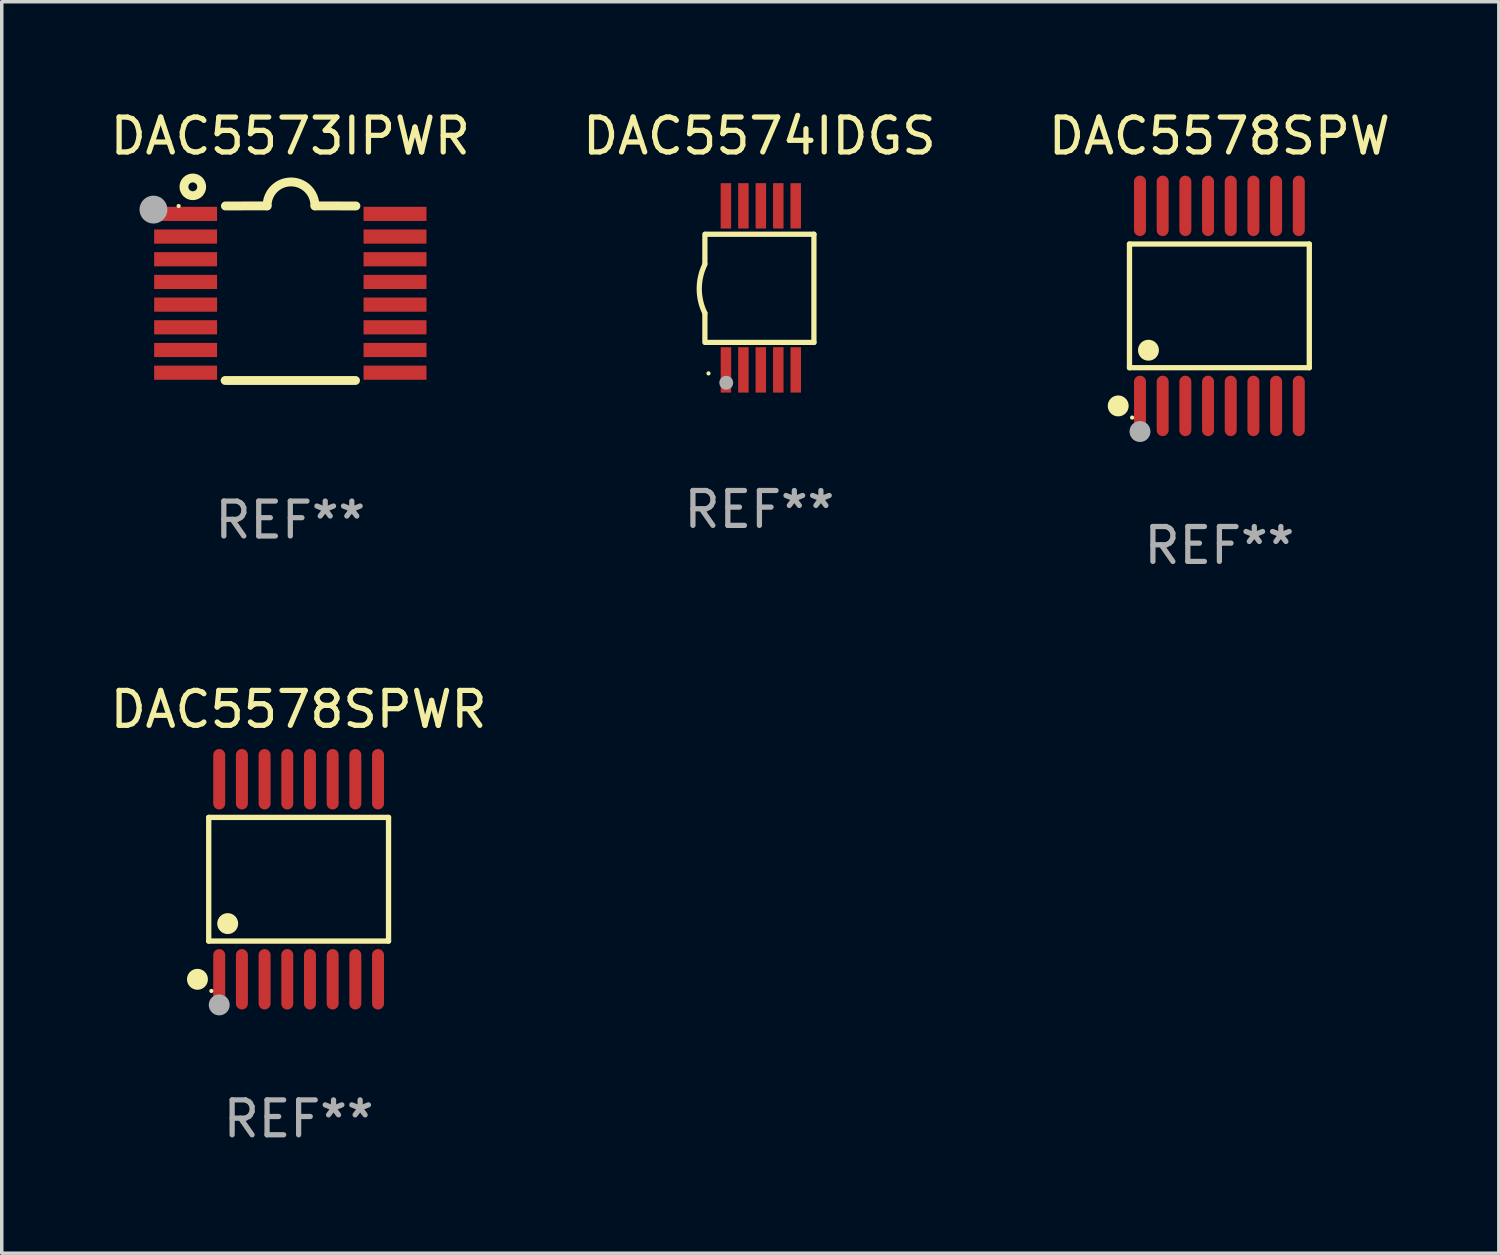
<source format=kicad_pcb>
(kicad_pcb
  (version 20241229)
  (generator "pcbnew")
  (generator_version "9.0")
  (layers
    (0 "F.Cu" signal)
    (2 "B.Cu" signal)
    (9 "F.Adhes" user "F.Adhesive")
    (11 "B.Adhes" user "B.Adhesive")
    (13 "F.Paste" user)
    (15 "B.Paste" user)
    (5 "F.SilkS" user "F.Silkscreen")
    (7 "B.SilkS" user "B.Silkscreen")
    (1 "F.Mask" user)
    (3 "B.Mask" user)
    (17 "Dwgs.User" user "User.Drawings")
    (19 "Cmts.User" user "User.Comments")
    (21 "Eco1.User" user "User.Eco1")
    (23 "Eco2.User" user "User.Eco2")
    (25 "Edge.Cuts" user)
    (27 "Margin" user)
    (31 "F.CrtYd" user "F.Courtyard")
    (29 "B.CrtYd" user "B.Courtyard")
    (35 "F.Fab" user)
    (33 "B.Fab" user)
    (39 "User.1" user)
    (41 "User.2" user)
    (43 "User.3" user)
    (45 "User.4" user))
  (footprint "DAC5578SPW"
    (layer "F.Cu")
    (at 31.887 5.714)
    (property "Reference" "DAC5578SPW" (at 0 -4.866 0) (layer "F.SilkS") (effects (font (size 1 1) (thickness 0.15))))
    (attr through_hole)
    (fp_line (start -2.576 -1.772) (end 2.576 -1.772) (stroke (width 0.152) (type solid)) (layer "F.SilkS"))
    (fp_line (start -2.576 1.771) (end -2.576 -1.772) (stroke (width 0.152) (type solid)) (layer "F.SilkS"))
    (fp_line (start 2.576 -1.772) (end 2.576 1.771) (stroke (width 0.152) (type solid)) (layer "F.SilkS"))
    (fp_line (start 2.576 1.771) (end -2.576 1.771) (stroke (width 0.152) (type solid)) (layer "F.SilkS"))
    (fp_circle (center -2.899 2.866) (end -2.749 2.866) (stroke (width 0.3) (type solid)) (fill no) (layer "F.SilkS"))
    (fp_circle (center -2.5 3.2) (end -2.47 3.2) (stroke (width 0.06) (type solid)) (fill no) (layer "F.SilkS"))
    (fp_circle (center -2.032 1.27) (end -1.882 1.27) (stroke (width 0.3) (type solid)) (fill no) (layer "F.SilkS"))
    (fp_circle (center -2.275 3.6) (end -2.125 3.6) (stroke (width 0.3) (type solid)) (fill no) (layer "F.Fab"))
    (fp_text user "REF**" (at 0 6.866 0) (layer "F.Fab") (effects (font (size 1 1) (thickness 0.15))))
    (pad "1" smd oval (at -2.275 2.866) (size 0.343 1.731) (layers "F.Cu" "F.Mask" "F.Paste"))
    (pad "2" smd oval (at -1.625 2.866) (size 0.343 1.731) (layers "F.Cu" "F.Mask" "F.Paste"))
    (pad "3" smd oval (at -0.975 2.866) (size 0.343 1.731) (layers "F.Cu" "F.Mask" "F.Paste"))
    (pad "4" smd oval (at -0.325 2.866) (size 0.343 1.731) (layers "F.Cu" "F.Mask" "F.Paste"))
    (pad "5" smd oval (at 0.325 2.866) (size 0.343 1.731) (layers "F.Cu" "F.Mask" "F.Paste"))
    (pad "6" smd oval (at 0.975 2.866) (size 0.343 1.731) (layers "F.Cu" "F.Mask" "F.Paste"))
    (pad "7" smd oval (at 1.625 2.866) (size 0.343 1.731) (layers "F.Cu" "F.Mask" "F.Paste"))
    (pad "8" smd oval (at 2.275 2.866) (size 0.343 1.731) (layers "F.Cu" "F.Mask" "F.Paste"))
    (pad "9" smd oval (at 2.275 -2.866) (size 0.343 1.731) (layers "F.Cu" "F.Mask" "F.Paste"))
    (pad "10" smd oval (at 1.625 -2.866) (size 0.343 1.731) (layers "F.Cu" "F.Mask" "F.Paste"))
    (pad "11" smd oval (at 0.975 -2.866) (size 0.343 1.731) (layers "F.Cu" "F.Mask" "F.Paste"))
    (pad "12" smd oval (at 0.325 -2.866) (size 0.343 1.731) (layers "F.Cu" "F.Mask" "F.Paste"))
    (pad "13" smd oval (at -0.325 -2.866) (size 0.343 1.731) (layers "F.Cu" "F.Mask" "F.Paste"))
    (pad "14" smd oval (at -0.975 -2.866) (size 0.343 1.731) (layers "F.Cu" "F.Mask" "F.Paste"))
    (pad "15" smd oval (at -1.625 -2.866) (size 0.343 1.731) (layers "F.Cu" "F.Mask" "F.Paste"))
    (pad "16" smd oval (at -2.275 -2.866) (size 0.343 1.731) (layers "F.Cu" "F.Mask" "F.Paste")))
  (footprint "DAC5574IDGS"
    (layer "F.Cu")
    (at 18.708 5.198)
    (property "Reference" "DAC5574IDGS" (at 0 -4.35 0) (layer "F.SilkS") (effects (font (size 1 1) (thickness 0.15))))
    (attr through_hole)
    (fp_line (start -1.562 -1.537) (end -1.562 -0.698) (stroke (width 0.15) (type solid)) (layer "F.SilkS"))
    (fp_line (start -1.562 0.724) (end -1.562 1.562) (stroke (width 0.15) (type solid)) (layer "F.SilkS"))
    (fp_line (start -1.538 -1.537) (end 1.562 -1.537) (stroke (width 0.15) (type solid)) (layer "F.SilkS"))
    (fp_line (start -1.538 1.562) (end 1.562 1.562) (stroke (width 0.15) (type solid)) (layer "F.SilkS"))
    (fp_line (start 1.562 1.564) (end 1.562 -1.537) (stroke (width 0.15) (type solid)) (layer "F.SilkS"))
    (fp_arc (start -1.562103 0.724079) (mid -1.723579 0.025578) (end -1.562103 -0.672924) (stroke (width 0.150013) (type solid)) (layer "F.SilkS"))
    (fp_circle (center -1.459 2.45) (end -1.429 2.45) (stroke (width 0.06) (type solid)) (fill no) (layer "F.SilkS"))
    (fp_circle (center -0.95 2.718) (end -0.85 2.718) (stroke (width 0.2) (type solid)) (fill no) (layer "F.Fab"))
    (fp_text user "REF**" (at 0 6.35 0) (layer "F.Fab") (effects (font (size 1 1) (thickness 0.15))))
    (pad "1" smd rect (at -0.959 2.35) (size 0.3 1.3) (layers "F.Cu" "F.Mask" "F.Paste"))
    (pad "2" smd rect (at -0.459 2.35) (size 0.3 1.3) (layers "F.Cu" "F.Mask" "F.Paste"))
    (pad "3" smd rect (at 0.04 2.35) (size 0.3 1.3) (layers "F.Cu" "F.Mask" "F.Paste"))
    (pad "4" smd rect (at 0.541 2.35) (size 0.3 1.3) (layers "F.Cu" "F.Mask" "F.Paste"))
    (pad "5" smd rect (at 1.041 2.35) (size 0.3 1.3) (layers "F.Cu" "F.Mask" "F.Paste"))
    (pad "6" smd rect (at 1.04 -2.35) (size 0.3 1.3) (layers "F.Cu" "F.Mask" "F.Paste"))
    (pad "7" smd rect (at 0.541 -2.35) (size 0.3 1.3) (layers "F.Cu" "F.Mask" "F.Paste"))
    (pad "8" smd rect (at 0.041 -2.35) (size 0.3 1.3) (layers "F.Cu" "F.Mask" "F.Paste"))
    (pad "9" smd rect (at -0.459 -2.35) (size 0.3 1.3) (layers "F.Cu" "F.Mask" "F.Paste"))
    (pad "10" smd rect (at -0.96 -2.35) (size 0.3 1.3) (layers "F.Cu" "F.Mask" "F.Paste")))
  (footprint "DAC5578SPWR"
    (layer "F.Cu")
    (at 5.506 22.142)
    (property "Reference" "DAC5578SPWR" (at 0 -4.866 0) (layer "F.SilkS") (effects (font (size 1 1) (thickness 0.15))))
    (attr through_hole)
    (fp_line (start -2.576 -1.772) (end 2.576 -1.772) (stroke (width 0.152) (type solid)) (layer "F.SilkS"))
    (fp_line (start -2.576 1.771) (end -2.576 -1.772) (stroke (width 0.152) (type solid)) (layer "F.SilkS"))
    (fp_line (start 2.576 -1.772) (end 2.576 1.771) (stroke (width 0.152) (type solid)) (layer "F.SilkS"))
    (fp_line (start 2.576 1.771) (end -2.576 1.771) (stroke (width 0.152) (type solid)) (layer "F.SilkS"))
    (fp_circle (center -2.899 2.866) (end -2.749 2.866) (stroke (width 0.3) (type solid)) (fill no) (layer "F.SilkS"))
    (fp_circle (center -2.5 3.2) (end -2.47 3.2) (stroke (width 0.06) (type solid)) (fill no) (layer "F.SilkS"))
    (fp_circle (center -2.032 1.27) (end -1.882 1.27) (stroke (width 0.3) (type solid)) (fill no) (layer "F.SilkS"))
    (fp_circle (center -2.275 3.6) (end -2.125 3.6) (stroke (width 0.3) (type solid)) (fill no) (layer "F.Fab"))
    (fp_text user "REF**" (at 0 6.866 0) (layer "F.Fab") (effects (font (size 1 1) (thickness 0.15))))
    (pad "1" smd oval (at -2.275 2.866) (size 0.343 1.731) (layers "F.Cu" "F.Mask" "F.Paste"))
    (pad "2" smd oval (at -1.625 2.866) (size 0.343 1.731) (layers "F.Cu" "F.Mask" "F.Paste"))
    (pad "3" smd oval (at -0.975 2.866) (size 0.343 1.731) (layers "F.Cu" "F.Mask" "F.Paste"))
    (pad "4" smd oval (at -0.325 2.866) (size 0.343 1.731) (layers "F.Cu" "F.Mask" "F.Paste"))
    (pad "5" smd oval (at 0.325 2.866) (size 0.343 1.731) (layers "F.Cu" "F.Mask" "F.Paste"))
    (pad "6" smd oval (at 0.975 2.866) (size 0.343 1.731) (layers "F.Cu" "F.Mask" "F.Paste"))
    (pad "7" smd oval (at 1.625 2.866) (size 0.343 1.731) (layers "F.Cu" "F.Mask" "F.Paste"))
    (pad "8" smd oval (at 2.275 2.866) (size 0.343 1.731) (layers "F.Cu" "F.Mask" "F.Paste"))
    (pad "9" smd oval (at 2.275 -2.866) (size 0.343 1.731) (layers "F.Cu" "F.Mask" "F.Paste"))
    (pad "10" smd oval (at 1.625 -2.866) (size 0.343 1.731) (layers "F.Cu" "F.Mask" "F.Paste"))
    (pad "11" smd oval (at 0.975 -2.866) (size 0.343 1.731) (layers "F.Cu" "F.Mask" "F.Paste"))
    (pad "12" smd oval (at 0.325 -2.866) (size 0.343 1.731) (layers "F.Cu" "F.Mask" "F.Paste"))
    (pad "13" smd oval (at -0.325 -2.866) (size 0.343 1.731) (layers "F.Cu" "F.Mask" "F.Paste"))
    (pad "14" smd oval (at -0.975 -2.866) (size 0.343 1.731) (layers "F.Cu" "F.Mask" "F.Paste"))
    (pad "15" smd oval (at -1.625 -2.866) (size 0.343 1.731) (layers "F.Cu" "F.Mask" "F.Paste"))
    (pad "16" smd oval (at -2.275 -2.866) (size 0.343 1.731) (layers "F.Cu" "F.Mask" "F.Paste")))
  (footprint "DAC5573IPWR"
    (layer "F.Cu")
    (at 5.268 5.35)
    (property "Reference" "DAC5573IPWR" (at 0 -4.501 0) (layer "F.SilkS") (effects (font (size 1 1) (thickness 0.15))))
    (attr through_hole)
    (fp_line (start -1.868 2.501) (end 1.868 2.501) (stroke (width 0.254) (type solid)) (layer "F.SilkS"))
    (fp_line (start -1.86 -2.499) (end -0.666 -2.501) (stroke (width 0.254) (type solid)) (layer "F.SilkS"))
    (fp_line (start 0.706 -2.501) (end 1.88 -2.499) (stroke (width 0.254) (type solid)) (layer "F.SilkS"))
    (fp_arc (start -0.665914 -2.501448) (mid 0.019888 -3.18725) (end 0.70569 -2.501448) (stroke (width 0.254001) (type solid)) (layer "F.SilkS"))
    (fp_circle (center -3.2 -2.497) (end -3.17 -2.497) (stroke (width 0.06) (type solid)) (fill no) (layer "F.SilkS"))
    (fp_circle (center -2.794 -3.047) (end -2.54 -3.047) (stroke (width 0.254) (type solid)) (fill no) (layer "F.SilkS"))
    (fp_circle (center -3.921 -2.395) (end -3.721 -2.395) (stroke (width 0.4) (type solid)) (fill no) (layer "F.Fab"))
    (fp_text user "REF**" (at 0 6.501 0) (layer "F.Fab") (effects (font (size 1 1) (thickness 0.15))))
    (pad "1" smd rect (at -3 -2.272) (size 1.803 0.406) (layers "F.Cu" "F.Mask" "F.Paste"))
    (pad "2" smd rect (at -3 -1.622) (size 1.803 0.406) (layers "F.Cu" "F.Mask" "F.Paste"))
    (pad "3" smd rect (at -3 -0.972) (size 1.803 0.406) (layers "F.Cu" "F.Mask" "F.Paste"))
    (pad "4" smd rect (at -3 -0.322) (size 1.803 0.406) (layers "F.Cu" "F.Mask" "F.Paste"))
    (pad "5" smd rect (at -3 0.328) (size 1.803 0.406) (layers "F.Cu" "F.Mask" "F.Paste"))
    (pad "6" smd rect (at -3 0.978) (size 1.803 0.406) (layers "F.Cu" "F.Mask" "F.Paste"))
    (pad "7" smd rect (at -3 1.628) (size 1.803 0.406) (layers "F.Cu" "F.Mask" "F.Paste"))
    (pad "8" smd rect (at -3 2.278) (size 1.803 0.406) (layers "F.Cu" "F.Mask" "F.Paste"))
    (pad "9" smd rect (at 3 2.278) (size 1.803 0.406) (layers "F.Cu" "F.Mask" "F.Paste"))
    (pad "10" smd rect (at 3 1.628) (size 1.803 0.406) (layers "F.Cu" "F.Mask" "F.Paste"))
    (pad "11" smd rect (at 3 0.978) (size 1.803 0.406) (layers "F.Cu" "F.Mask" "F.Paste"))
    (pad "12" smd rect (at 3 0.328) (size 1.803 0.406) (layers "F.Cu" "F.Mask" "F.Paste"))
    (pad "13" smd rect (at 3 -0.322) (size 1.803 0.406) (layers "F.Cu" "F.Mask" "F.Paste"))
    (pad "14" smd rect (at 3 -0.972) (size 1.803 0.406) (layers "F.Cu" "F.Mask" "F.Paste"))
    (pad "15" smd rect (at 3 -1.622) (size 1.803 0.406) (layers "F.Cu" "F.Mask" "F.Paste"))
    (pad "16" smd rect (at 3 -2.272) (size 1.803 0.406) (layers "F.Cu" "F.Mask" "F.Paste")))
  (gr_rect
    (start -3 -3)
    (end 39.893 32.856)
    (stroke (width 0.1) (type default))
    (fill no)
    (layer "Edge.Cuts")))
</source>
